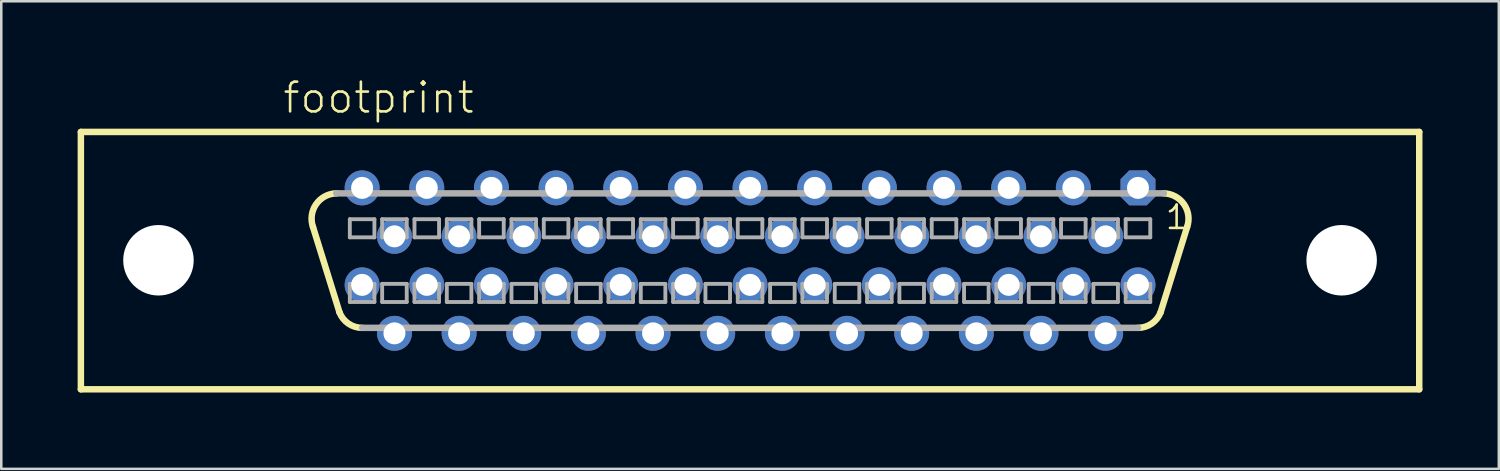
<source format=kicad_pcb>
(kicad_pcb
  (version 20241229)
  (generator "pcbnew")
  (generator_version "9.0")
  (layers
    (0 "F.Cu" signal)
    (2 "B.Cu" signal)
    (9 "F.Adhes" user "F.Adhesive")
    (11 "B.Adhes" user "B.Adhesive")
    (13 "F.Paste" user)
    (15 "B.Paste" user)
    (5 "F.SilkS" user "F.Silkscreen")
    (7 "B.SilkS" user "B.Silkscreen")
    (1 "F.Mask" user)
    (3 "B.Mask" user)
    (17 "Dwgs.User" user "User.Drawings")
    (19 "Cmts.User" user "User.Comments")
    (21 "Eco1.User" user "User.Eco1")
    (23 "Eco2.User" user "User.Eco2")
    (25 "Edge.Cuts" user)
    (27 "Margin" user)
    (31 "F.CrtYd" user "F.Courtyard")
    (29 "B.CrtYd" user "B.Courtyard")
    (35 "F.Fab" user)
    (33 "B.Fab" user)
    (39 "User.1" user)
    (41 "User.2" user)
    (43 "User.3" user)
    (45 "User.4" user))
  (footprint "footprint"
    (layer "F.Cu")
    (at 26.416 7.188)
    (property "Reference" "footprint" (at -18.415 -5.715 0) (layer "F.SilkS") (effects (font (size 1.168 1.168) (thickness 0.102)) (justify left bottom)))
    (fp_line (start -26.289 -5.055) (end 26.289 -5.055) (stroke (width 0.254) (type solid)) (layer "F.SilkS"))
    (fp_line (start -26.289 5.055) (end -26.289 -5.055) (stroke (width 0.254) (type solid)) (layer "F.SilkS"))
    (fp_line (start -16.129 2.032) (end -17.17 -1.321) (stroke (width 0.254) (type solid)) (layer "F.SilkS"))
    (fp_line (start 16.129 2.032) (end 17.17 -1.321) (stroke (width 0.254) (type solid)) (layer "F.SilkS"))
    (fp_line (start 26.289 -5.055) (end 26.289 5.055) (stroke (width 0.254) (type solid)) (layer "F.SilkS"))
    (fp_line (start 26.289 5.055) (end -26.289 5.055) (stroke (width 0.254) (type solid)) (layer "F.SilkS"))
    (fp_arc (start -17.1704 -1.3208) (mid -17.048542 -2.213361) (end -16.255998 -2.641601) (stroke (width 0.254) (type solid)) (layer "F.SilkS"))
    (fp_arc (start -15.239999 2.641601) (mid -15.779028 2.474655) (end -16.129 2.032) (stroke (width 0.254) (type solid)) (layer "F.SilkS"))
    (fp_arc (start 16.128999 2.031999) (mid 15.779028 2.474653) (end 15.24 2.6416) (stroke (width 0.254) (type solid)) (layer "F.SilkS"))
    (fp_arc (start 16.256 -2.6416) (mid 17.048543 -2.21336) (end 17.170399 -1.320799) (stroke (width 0.254) (type solid)) (layer "F.SilkS"))
    (fp_line (start -15.723 -1.626) (end -15.723 -0.914) (stroke (width 0.152) (type solid)) (layer "F.Fab"))
    (fp_line (start -15.723 -0.914) (end -14.757 -0.914) (stroke (width 0.152) (type solid)) (layer "F.Fab"))
    (fp_line (start -15.723 0.914) (end -15.723 1.626) (stroke (width 0.152) (type solid)) (layer "F.Fab"))
    (fp_line (start -15.723 1.626) (end -14.757 1.626) (stroke (width 0.152) (type solid)) (layer "F.Fab"))
    (fp_line (start -14.757 -1.626) (end -15.723 -1.626) (stroke (width 0.152) (type solid)) (layer "F.Fab"))
    (fp_line (start -14.757 -0.914) (end -14.757 -1.626) (stroke (width 0.152) (type solid)) (layer "F.Fab"))
    (fp_line (start -14.757 0.914) (end -15.723 0.914) (stroke (width 0.152) (type solid)) (layer "F.Fab"))
    (fp_line (start -14.757 1.626) (end -14.757 0.914) (stroke (width 0.152) (type solid)) (layer "F.Fab"))
    (fp_line (start -14.453 -1.626) (end -14.453 -0.914) (stroke (width 0.152) (type solid)) (layer "F.Fab"))
    (fp_line (start -14.453 -0.914) (end -13.487 -0.914) (stroke (width 0.152) (type solid)) (layer "F.Fab"))
    (fp_line (start -14.453 0.914) (end -14.453 1.626) (stroke (width 0.152) (type solid)) (layer "F.Fab"))
    (fp_line (start -14.453 1.626) (end -13.487 1.626) (stroke (width 0.152) (type solid)) (layer "F.Fab"))
    (fp_line (start -13.487 -1.626) (end -14.453 -1.626) (stroke (width 0.152) (type solid)) (layer "F.Fab"))
    (fp_line (start -13.487 -0.914) (end -13.487 -1.626) (stroke (width 0.152) (type solid)) (layer "F.Fab"))
    (fp_line (start -13.487 0.914) (end -14.453 0.914) (stroke (width 0.152) (type solid)) (layer "F.Fab"))
    (fp_line (start -13.487 1.626) (end -13.487 0.914) (stroke (width 0.152) (type solid)) (layer "F.Fab"))
    (fp_line (start -13.183 -1.626) (end -13.183 -0.914) (stroke (width 0.152) (type solid)) (layer "F.Fab"))
    (fp_line (start -13.183 -0.914) (end -12.217 -0.914) (stroke (width 0.152) (type solid)) (layer "F.Fab"))
    (fp_line (start -13.183 0.914) (end -13.183 1.626) (stroke (width 0.152) (type solid)) (layer "F.Fab"))
    (fp_line (start -13.183 1.626) (end -12.217 1.626) (stroke (width 0.152) (type solid)) (layer "F.Fab"))
    (fp_line (start -12.217 -1.626) (end -13.183 -1.626) (stroke (width 0.152) (type solid)) (layer "F.Fab"))
    (fp_line (start -12.217 -0.914) (end -12.217 -1.626) (stroke (width 0.152) (type solid)) (layer "F.Fab"))
    (fp_line (start -12.217 0.914) (end -13.183 0.914) (stroke (width 0.152) (type solid)) (layer "F.Fab"))
    (fp_line (start -12.217 1.626) (end -12.217 0.914) (stroke (width 0.152) (type solid)) (layer "F.Fab"))
    (fp_line (start -11.913 -1.626) (end -11.913 -0.914) (stroke (width 0.152) (type solid)) (layer "F.Fab"))
    (fp_line (start -11.913 -0.914) (end -10.947 -0.914) (stroke (width 0.152) (type solid)) (layer "F.Fab"))
    (fp_line (start -11.913 0.914) (end -11.913 1.626) (stroke (width 0.152) (type solid)) (layer "F.Fab"))
    (fp_line (start -11.913 1.626) (end -10.947 1.626) (stroke (width 0.152) (type solid)) (layer "F.Fab"))
    (fp_line (start -10.947 -1.626) (end -11.913 -1.626) (stroke (width 0.152) (type solid)) (layer "F.Fab"))
    (fp_line (start -10.947 -0.914) (end -10.947 -1.626) (stroke (width 0.152) (type solid)) (layer "F.Fab"))
    (fp_line (start -10.947 0.914) (end -11.913 0.914) (stroke (width 0.152) (type solid)) (layer "F.Fab"))
    (fp_line (start -10.947 1.626) (end -10.947 0.914) (stroke (width 0.152) (type solid)) (layer "F.Fab"))
    (fp_line (start -10.643 -1.626) (end -10.643 -0.914) (stroke (width 0.152) (type solid)) (layer "F.Fab"))
    (fp_line (start -10.643 -0.914) (end -9.677 -0.914) (stroke (width 0.152) (type solid)) (layer "F.Fab"))
    (fp_line (start -10.643 0.914) (end -10.643 1.626) (stroke (width 0.152) (type solid)) (layer "F.Fab"))
    (fp_line (start -10.643 1.626) (end -9.677 1.626) (stroke (width 0.152) (type solid)) (layer "F.Fab"))
    (fp_line (start -9.677 -1.626) (end -10.643 -1.626) (stroke (width 0.152) (type solid)) (layer "F.Fab"))
    (fp_line (start -9.677 -0.914) (end -9.677 -1.626) (stroke (width 0.152) (type solid)) (layer "F.Fab"))
    (fp_line (start -9.677 0.914) (end -10.643 0.914) (stroke (width 0.152) (type solid)) (layer "F.Fab"))
    (fp_line (start -9.677 1.626) (end -9.677 0.914) (stroke (width 0.152) (type solid)) (layer "F.Fab"))
    (fp_line (start -9.373 -1.626) (end -9.373 -0.914) (stroke (width 0.152) (type solid)) (layer "F.Fab"))
    (fp_line (start -9.373 -0.914) (end -8.407 -0.914) (stroke (width 0.152) (type solid)) (layer "F.Fab"))
    (fp_line (start -9.373 0.914) (end -9.373 1.626) (stroke (width 0.152) (type solid)) (layer "F.Fab"))
    (fp_line (start -9.373 1.626) (end -8.407 1.626) (stroke (width 0.152) (type solid)) (layer "F.Fab"))
    (fp_line (start -8.407 -1.626) (end -9.373 -1.626) (stroke (width 0.152) (type solid)) (layer "F.Fab"))
    (fp_line (start -8.407 -0.914) (end -8.407 -1.626) (stroke (width 0.152) (type solid)) (layer "F.Fab"))
    (fp_line (start -8.407 0.914) (end -9.373 0.914) (stroke (width 0.152) (type solid)) (layer "F.Fab"))
    (fp_line (start -8.407 1.626) (end -8.407 0.914) (stroke (width 0.152) (type solid)) (layer "F.Fab"))
    (fp_line (start -8.103 -1.626) (end -8.103 -0.914) (stroke (width 0.152) (type solid)) (layer "F.Fab"))
    (fp_line (start -8.103 -0.914) (end -7.137 -0.914) (stroke (width 0.152) (type solid)) (layer "F.Fab"))
    (fp_line (start -8.103 0.914) (end -8.103 1.626) (stroke (width 0.152) (type solid)) (layer "F.Fab"))
    (fp_line (start -8.103 1.626) (end -7.137 1.626) (stroke (width 0.152) (type solid)) (layer "F.Fab"))
    (fp_line (start -7.137 -1.626) (end -8.103 -1.626) (stroke (width 0.152) (type solid)) (layer "F.Fab"))
    (fp_line (start -7.137 -0.914) (end -7.137 -1.626) (stroke (width 0.152) (type solid)) (layer "F.Fab"))
    (fp_line (start -7.137 0.914) (end -8.103 0.914) (stroke (width 0.152) (type solid)) (layer "F.Fab"))
    (fp_line (start -7.137 1.626) (end -7.137 0.914) (stroke (width 0.152) (type solid)) (layer "F.Fab"))
    (fp_line (start -6.833 -1.626) (end -6.833 -0.914) (stroke (width 0.152) (type solid)) (layer "F.Fab"))
    (fp_line (start -6.833 -0.914) (end -5.867 -0.914) (stroke (width 0.152) (type solid)) (layer "F.Fab"))
    (fp_line (start -6.833 0.914) (end -6.833 1.626) (stroke (width 0.152) (type solid)) (layer "F.Fab"))
    (fp_line (start -6.833 1.626) (end -5.867 1.626) (stroke (width 0.152) (type solid)) (layer "F.Fab"))
    (fp_line (start -5.867 -1.626) (end -6.833 -1.626) (stroke (width 0.152) (type solid)) (layer "F.Fab"))
    (fp_line (start -5.867 -0.914) (end -5.867 -1.626) (stroke (width 0.152) (type solid)) (layer "F.Fab"))
    (fp_line (start -5.867 0.914) (end -6.833 0.914) (stroke (width 0.152) (type solid)) (layer "F.Fab"))
    (fp_line (start -5.867 1.626) (end -5.867 0.914) (stroke (width 0.152) (type solid)) (layer "F.Fab"))
    (fp_line (start -5.563 -1.626) (end -5.563 -0.914) (stroke (width 0.152) (type solid)) (layer "F.Fab"))
    (fp_line (start -5.563 -0.914) (end -4.597 -0.914) (stroke (width 0.152) (type solid)) (layer "F.Fab"))
    (fp_line (start -5.563 0.914) (end -5.563 1.626) (stroke (width 0.152) (type solid)) (layer "F.Fab"))
    (fp_line (start -5.563 1.626) (end -4.597 1.626) (stroke (width 0.152) (type solid)) (layer "F.Fab"))
    (fp_line (start -4.597 -1.626) (end -5.563 -1.626) (stroke (width 0.152) (type solid)) (layer "F.Fab"))
    (fp_line (start -4.597 -0.914) (end -4.597 -1.626) (stroke (width 0.152) (type solid)) (layer "F.Fab"))
    (fp_line (start -4.597 0.914) (end -5.563 0.914) (stroke (width 0.152) (type solid)) (layer "F.Fab"))
    (fp_line (start -4.597 1.626) (end -4.597 0.914) (stroke (width 0.152) (type solid)) (layer "F.Fab"))
    (fp_line (start -4.293 -1.626) (end -4.293 -0.914) (stroke (width 0.152) (type solid)) (layer "F.Fab"))
    (fp_line (start -4.293 -0.914) (end -3.327 -0.914) (stroke (width 0.152) (type solid)) (layer "F.Fab"))
    (fp_line (start -4.293 0.914) (end -4.293 1.626) (stroke (width 0.152) (type solid)) (layer "F.Fab"))
    (fp_line (start -4.293 1.626) (end -3.327 1.626) (stroke (width 0.152) (type solid)) (layer "F.Fab"))
    (fp_line (start -3.327 -1.626) (end -4.293 -1.626) (stroke (width 0.152) (type solid)) (layer "F.Fab"))
    (fp_line (start -3.327 -0.914) (end -3.327 -1.626) (stroke (width 0.152) (type solid)) (layer "F.Fab"))
    (fp_line (start -3.327 0.914) (end -4.293 0.914) (stroke (width 0.152) (type solid)) (layer "F.Fab"))
    (fp_line (start -3.327 1.626) (end -3.327 0.914) (stroke (width 0.152) (type solid)) (layer "F.Fab"))
    (fp_line (start -3.023 -1.626) (end -3.023 -0.914) (stroke (width 0.152) (type solid)) (layer "F.Fab"))
    (fp_line (start -3.023 -0.914) (end -2.057 -0.914) (stroke (width 0.152) (type solid)) (layer "F.Fab"))
    (fp_line (start -3.023 0.914) (end -3.023 1.626) (stroke (width 0.152) (type solid)) (layer "F.Fab"))
    (fp_line (start -3.023 1.626) (end -2.057 1.626) (stroke (width 0.152) (type solid)) (layer "F.Fab"))
    (fp_line (start -2.057 -1.626) (end -3.023 -1.626) (stroke (width 0.152) (type solid)) (layer "F.Fab"))
    (fp_line (start -2.057 -0.914) (end -2.057 -1.626) (stroke (width 0.152) (type solid)) (layer "F.Fab"))
    (fp_line (start -2.057 0.914) (end -3.023 0.914) (stroke (width 0.152) (type solid)) (layer "F.Fab"))
    (fp_line (start -2.057 1.626) (end -2.057 0.914) (stroke (width 0.152) (type solid)) (layer "F.Fab"))
    (fp_line (start -1.753 -1.626) (end -1.753 -0.914) (stroke (width 0.152) (type solid)) (layer "F.Fab"))
    (fp_line (start -1.753 -0.914) (end -0.787 -0.914) (stroke (width 0.152) (type solid)) (layer "F.Fab"))
    (fp_line (start -1.753 0.914) (end -1.753 1.626) (stroke (width 0.152) (type solid)) (layer "F.Fab"))
    (fp_line (start -1.753 1.626) (end -0.787 1.626) (stroke (width 0.152) (type solid)) (layer "F.Fab"))
    (fp_line (start -0.787 -1.626) (end -1.753 -1.626) (stroke (width 0.152) (type solid)) (layer "F.Fab"))
    (fp_line (start -0.787 -0.914) (end -0.787 -1.626) (stroke (width 0.152) (type solid)) (layer "F.Fab"))
    (fp_line (start -0.787 0.914) (end -1.753 0.914) (stroke (width 0.152) (type solid)) (layer "F.Fab"))
    (fp_line (start -0.787 1.626) (end -0.787 0.914) (stroke (width 0.152) (type solid)) (layer "F.Fab"))
    (fp_line (start -0.483 -1.626) (end -0.483 -0.914) (stroke (width 0.152) (type solid)) (layer "F.Fab"))
    (fp_line (start -0.483 -0.914) (end 0.483 -0.914) (stroke (width 0.152) (type solid)) (layer "F.Fab"))
    (fp_line (start -0.483 0.914) (end -0.483 1.626) (stroke (width 0.152) (type solid)) (layer "F.Fab"))
    (fp_line (start -0.483 1.626) (end 0.483 1.626) (stroke (width 0.152) (type solid)) (layer "F.Fab"))
    (fp_line (start 0.483 -1.626) (end -0.483 -1.626) (stroke (width 0.152) (type solid)) (layer "F.Fab"))
    (fp_line (start 0.483 -0.914) (end 0.483 -1.626) (stroke (width 0.152) (type solid)) (layer "F.Fab"))
    (fp_line (start 0.483 0.914) (end -0.483 0.914) (stroke (width 0.152) (type solid)) (layer "F.Fab"))
    (fp_line (start 0.483 1.626) (end 0.483 0.914) (stroke (width 0.152) (type solid)) (layer "F.Fab"))
    (fp_line (start 0.787 -1.626) (end 0.787 -0.914) (stroke (width 0.152) (type solid)) (layer "F.Fab"))
    (fp_line (start 0.787 -0.914) (end 1.753 -0.914) (stroke (width 0.152) (type solid)) (layer "F.Fab"))
    (fp_line (start 0.787 0.914) (end 0.787 1.626) (stroke (width 0.152) (type solid)) (layer "F.Fab"))
    (fp_line (start 0.787 1.626) (end 1.753 1.626) (stroke (width 0.152) (type solid)) (layer "F.Fab"))
    (fp_line (start 1.753 -1.626) (end 0.787 -1.626) (stroke (width 0.152) (type solid)) (layer "F.Fab"))
    (fp_line (start 1.753 -0.914) (end 1.753 -1.626) (stroke (width 0.152) (type solid)) (layer "F.Fab"))
    (fp_line (start 1.753 0.914) (end 0.787 0.914) (stroke (width 0.152) (type solid)) (layer "F.Fab"))
    (fp_line (start 1.753 1.626) (end 1.753 0.914) (stroke (width 0.152) (type solid)) (layer "F.Fab"))
    (fp_line (start 2.057 -1.626) (end 2.057 -0.914) (stroke (width 0.152) (type solid)) (layer "F.Fab"))
    (fp_line (start 2.057 -0.914) (end 3.023 -0.914) (stroke (width 0.152) (type solid)) (layer "F.Fab"))
    (fp_line (start 2.057 0.914) (end 2.057 1.626) (stroke (width 0.152) (type solid)) (layer "F.Fab"))
    (fp_line (start 2.057 1.626) (end 3.023 1.626) (stroke (width 0.152) (type solid)) (layer "F.Fab"))
    (fp_line (start 3.023 -1.626) (end 2.057 -1.626) (stroke (width 0.152) (type solid)) (layer "F.Fab"))
    (fp_line (start 3.023 -0.914) (end 3.023 -1.626) (stroke (width 0.152) (type solid)) (layer "F.Fab"))
    (fp_line (start 3.023 0.914) (end 2.057 0.914) (stroke (width 0.152) (type solid)) (layer "F.Fab"))
    (fp_line (start 3.023 1.626) (end 3.023 0.914) (stroke (width 0.152) (type solid)) (layer "F.Fab"))
    (fp_line (start 3.327 -1.626) (end 3.327 -0.914) (stroke (width 0.152) (type solid)) (layer "F.Fab"))
    (fp_line (start 3.327 -0.914) (end 4.293 -0.914) (stroke (width 0.152) (type solid)) (layer "F.Fab"))
    (fp_line (start 3.327 0.914) (end 3.327 1.626) (stroke (width 0.152) (type solid)) (layer "F.Fab"))
    (fp_line (start 3.327 1.626) (end 4.293 1.626) (stroke (width 0.152) (type solid)) (layer "F.Fab"))
    (fp_line (start 4.293 -1.626) (end 3.327 -1.626) (stroke (width 0.152) (type solid)) (layer "F.Fab"))
    (fp_line (start 4.293 -0.914) (end 4.293 -1.626) (stroke (width 0.152) (type solid)) (layer "F.Fab"))
    (fp_line (start 4.293 0.914) (end 3.327 0.914) (stroke (width 0.152) (type solid)) (layer "F.Fab"))
    (fp_line (start 4.293 1.626) (end 4.293 0.914) (stroke (width 0.152) (type solid)) (layer "F.Fab"))
    (fp_line (start 4.597 -1.626) (end 4.597 -0.914) (stroke (width 0.152) (type solid)) (layer "F.Fab"))
    (fp_line (start 4.597 -0.914) (end 5.563 -0.914) (stroke (width 0.152) (type solid)) (layer "F.Fab"))
    (fp_line (start 4.597 0.914) (end 4.597 1.626) (stroke (width 0.152) (type solid)) (layer "F.Fab"))
    (fp_line (start 4.597 1.626) (end 5.563 1.626) (stroke (width 0.152) (type solid)) (layer "F.Fab"))
    (fp_line (start 5.563 -1.626) (end 4.597 -1.626) (stroke (width 0.152) (type solid)) (layer "F.Fab"))
    (fp_line (start 5.563 -0.914) (end 5.563 -1.626) (stroke (width 0.152) (type solid)) (layer "F.Fab"))
    (fp_line (start 5.563 0.914) (end 4.597 0.914) (stroke (width 0.152) (type solid)) (layer "F.Fab"))
    (fp_line (start 5.563 1.626) (end 5.563 0.914) (stroke (width 0.152) (type solid)) (layer "F.Fab"))
    (fp_line (start 5.867 -1.626) (end 5.867 -0.914) (stroke (width 0.152) (type solid)) (layer "F.Fab"))
    (fp_line (start 5.867 -0.914) (end 6.833 -0.914) (stroke (width 0.152) (type solid)) (layer "F.Fab"))
    (fp_line (start 5.867 0.914) (end 5.867 1.626) (stroke (width 0.152) (type solid)) (layer "F.Fab"))
    (fp_line (start 5.867 1.626) (end 6.833 1.626) (stroke (width 0.152) (type solid)) (layer "F.Fab"))
    (fp_line (start 6.833 -1.626) (end 5.867 -1.626) (stroke (width 0.152) (type solid)) (layer "F.Fab"))
    (fp_line (start 6.833 -0.914) (end 6.833 -1.626) (stroke (width 0.152) (type solid)) (layer "F.Fab"))
    (fp_line (start 6.833 0.914) (end 5.867 0.914) (stroke (width 0.152) (type solid)) (layer "F.Fab"))
    (fp_line (start 6.833 1.626) (end 6.833 0.914) (stroke (width 0.152) (type solid)) (layer "F.Fab"))
    (fp_line (start 7.137 -1.626) (end 7.137 -0.914) (stroke (width 0.152) (type solid)) (layer "F.Fab"))
    (fp_line (start 7.137 -0.914) (end 8.103 -0.914) (stroke (width 0.152) (type solid)) (layer "F.Fab"))
    (fp_line (start 7.137 0.914) (end 7.137 1.626) (stroke (width 0.152) (type solid)) (layer "F.Fab"))
    (fp_line (start 7.137 1.626) (end 8.103 1.626) (stroke (width 0.152) (type solid)) (layer "F.Fab"))
    (fp_line (start 8.103 -1.626) (end 7.137 -1.626) (stroke (width 0.152) (type solid)) (layer "F.Fab"))
    (fp_line (start 8.103 -0.914) (end 8.103 -1.626) (stroke (width 0.152) (type solid)) (layer "F.Fab"))
    (fp_line (start 8.103 0.914) (end 7.137 0.914) (stroke (width 0.152) (type solid)) (layer "F.Fab"))
    (fp_line (start 8.103 1.626) (end 8.103 0.914) (stroke (width 0.152) (type solid)) (layer "F.Fab"))
    (fp_line (start 8.407 -1.626) (end 8.407 -0.914) (stroke (width 0.152) (type solid)) (layer "F.Fab"))
    (fp_line (start 8.407 -0.914) (end 9.373 -0.914) (stroke (width 0.152) (type solid)) (layer "F.Fab"))
    (fp_line (start 8.407 0.914) (end 8.407 1.626) (stroke (width 0.152) (type solid)) (layer "F.Fab"))
    (fp_line (start 8.407 1.626) (end 9.373 1.626) (stroke (width 0.152) (type solid)) (layer "F.Fab"))
    (fp_line (start 9.373 -1.626) (end 8.407 -1.626) (stroke (width 0.152) (type solid)) (layer "F.Fab"))
    (fp_line (start 9.373 -0.914) (end 9.373 -1.626) (stroke (width 0.152) (type solid)) (layer "F.Fab"))
    (fp_line (start 9.373 0.914) (end 8.407 0.914) (stroke (width 0.152) (type solid)) (layer "F.Fab"))
    (fp_line (start 9.373 1.626) (end 9.373 0.914) (stroke (width 0.152) (type solid)) (layer "F.Fab"))
    (fp_line (start 9.677 -1.626) (end 9.677 -0.914) (stroke (width 0.152) (type solid)) (layer "F.Fab"))
    (fp_line (start 9.677 -0.914) (end 10.643 -0.914) (stroke (width 0.152) (type solid)) (layer "F.Fab"))
    (fp_line (start 9.677 0.914) (end 9.677 1.626) (stroke (width 0.152) (type solid)) (layer "F.Fab"))
    (fp_line (start 9.677 1.626) (end 10.643 1.626) (stroke (width 0.152) (type solid)) (layer "F.Fab"))
    (fp_line (start 10.643 -1.626) (end 9.677 -1.626) (stroke (width 0.152) (type solid)) (layer "F.Fab"))
    (fp_line (start 10.643 -0.914) (end 10.643 -1.626) (stroke (width 0.152) (type solid)) (layer "F.Fab"))
    (fp_line (start 10.643 0.914) (end 9.677 0.914) (stroke (width 0.152) (type solid)) (layer "F.Fab"))
    (fp_line (start 10.643 1.626) (end 10.643 0.914) (stroke (width 0.152) (type solid)) (layer "F.Fab"))
    (fp_line (start 10.947 -1.626) (end 10.947 -0.914) (stroke (width 0.152) (type solid)) (layer "F.Fab"))
    (fp_line (start 10.947 -0.914) (end 11.913 -0.914) (stroke (width 0.152) (type solid)) (layer "F.Fab"))
    (fp_line (start 10.947 0.914) (end 10.947 1.626) (stroke (width 0.152) (type solid)) (layer "F.Fab"))
    (fp_line (start 10.947 1.626) (end 11.913 1.626) (stroke (width 0.152) (type solid)) (layer "F.Fab"))
    (fp_line (start 11.913 -1.626) (end 10.947 -1.626) (stroke (width 0.152) (type solid)) (layer "F.Fab"))
    (fp_line (start 11.913 -0.914) (end 11.913 -1.626) (stroke (width 0.152) (type solid)) (layer "F.Fab"))
    (fp_line (start 11.913 0.914) (end 10.947 0.914) (stroke (width 0.152) (type solid)) (layer "F.Fab"))
    (fp_line (start 11.913 1.626) (end 11.913 0.914) (stroke (width 0.152) (type solid)) (layer "F.Fab"))
    (fp_line (start 12.217 -1.626) (end 12.217 -0.914) (stroke (width 0.152) (type solid)) (layer "F.Fab"))
    (fp_line (start 12.217 -0.914) (end 13.183 -0.914) (stroke (width 0.152) (type solid)) (layer "F.Fab"))
    (fp_line (start 12.217 0.914) (end 12.217 1.626) (stroke (width 0.152) (type solid)) (layer "F.Fab"))
    (fp_line (start 12.217 1.626) (end 13.183 1.626) (stroke (width 0.152) (type solid)) (layer "F.Fab"))
    (fp_line (start 13.183 -1.626) (end 12.217 -1.626) (stroke (width 0.152) (type solid)) (layer "F.Fab"))
    (fp_line (start 13.183 -0.914) (end 13.183 -1.626) (stroke (width 0.152) (type solid)) (layer "F.Fab"))
    (fp_line (start 13.183 0.914) (end 12.217 0.914) (stroke (width 0.152) (type solid)) (layer "F.Fab"))
    (fp_line (start 13.183 1.626) (end 13.183 0.914) (stroke (width 0.152) (type solid)) (layer "F.Fab"))
    (fp_line (start 13.487 -1.626) (end 13.487 -0.914) (stroke (width 0.152) (type solid)) (layer "F.Fab"))
    (fp_line (start 13.487 -0.914) (end 14.453 -0.914) (stroke (width 0.152) (type solid)) (layer "F.Fab"))
    (fp_line (start 13.487 0.914) (end 13.487 1.626) (stroke (width 0.152) (type solid)) (layer "F.Fab"))
    (fp_line (start 13.487 1.626) (end 14.453 1.626) (stroke (width 0.152) (type solid)) (layer "F.Fab"))
    (fp_line (start 14.453 -1.626) (end 13.487 -1.626) (stroke (width 0.152) (type solid)) (layer "F.Fab"))
    (fp_line (start 14.453 -0.914) (end 14.453 -1.626) (stroke (width 0.152) (type solid)) (layer "F.Fab"))
    (fp_line (start 14.453 0.914) (end 13.487 0.914) (stroke (width 0.152) (type solid)) (layer "F.Fab"))
    (fp_line (start 14.453 1.626) (end 14.453 0.914) (stroke (width 0.152) (type solid)) (layer "F.Fab"))
    (fp_line (start 14.757 -1.626) (end 14.757 -0.914) (stroke (width 0.152) (type solid)) (layer "F.Fab"))
    (fp_line (start 14.757 -0.914) (end 15.723 -0.914) (stroke (width 0.152) (type solid)) (layer "F.Fab"))
    (fp_line (start 14.757 0.914) (end 14.757 1.626) (stroke (width 0.152) (type solid)) (layer "F.Fab"))
    (fp_line (start 14.757 1.626) (end 15.723 1.626) (stroke (width 0.152) (type solid)) (layer "F.Fab"))
    (fp_line (start 15.24 2.642) (end -15.24 2.642) (stroke (width 0.254) (type solid)) (layer "F.Fab"))
    (fp_line (start 15.723 -1.626) (end 14.757 -1.626) (stroke (width 0.152) (type solid)) (layer "F.Fab"))
    (fp_line (start 15.723 -0.914) (end 15.723 -1.626) (stroke (width 0.152) (type solid)) (layer "F.Fab"))
    (fp_line (start 15.723 0.914) (end 14.757 0.914) (stroke (width 0.152) (type solid)) (layer "F.Fab"))
    (fp_line (start 15.723 1.626) (end 15.723 0.914) (stroke (width 0.152) (type solid)) (layer "F.Fab"))
    (fp_line (start 16.256 -2.642) (end -16.256 -2.642) (stroke (width 0.254) (type solid)) (layer "F.Fab"))
    (fp_text user "1" (at 16.256 -1.168 0) (layer "F.SilkS") (effects (font (size 0.914 0.914) (thickness 0.102)) (justify left bottom)))
    (pad "" np_thru_hole circle (at -23.241 -0.013) (size 2.769 2.769) (drill 2.769) (layers "*.Cu" "*.Mask"))
    (pad "" np_thru_hole circle (at 23.241 -0.013) (size 2.769 2.769) (drill 2.769) (layers "*.Cu" "*.Mask"))
    (pad "1" thru_hole roundrect (at 15.24 -2.857) (size 1.372 1.372) (drill 0.864) (layers "*.Cu" "*.Mask") (roundrect_rratio 0.25) (chamfer_ratio 0.25) (chamfer top_left top_right bottom_left bottom_right))
    (pad "2" thru_hole circle (at 13.97 -0.953) (size 1.372 1.372) (drill 0.864) (layers "*.Cu" "*.Mask"))
    (pad "3" thru_hole circle (at 12.7 -2.857) (size 1.372 1.372) (drill 0.864) (layers "*.Cu" "*.Mask"))
    (pad "4" thru_hole circle (at 11.43 -0.953) (size 1.372 1.372) (drill 0.864) (layers "*.Cu" "*.Mask"))
    (pad "5" thru_hole circle (at 10.16 -2.857) (size 1.372 1.372) (drill 0.864) (layers "*.Cu" "*.Mask"))
    (pad "6" thru_hole circle (at 8.89 -0.953) (size 1.372 1.372) (drill 0.864) (layers "*.Cu" "*.Mask"))
    (pad "7" thru_hole circle (at 7.62 -2.857) (size 1.372 1.372) (drill 0.864) (layers "*.Cu" "*.Mask"))
    (pad "8" thru_hole circle (at 6.35 -0.953) (size 1.372 1.372) (drill 0.864) (layers "*.Cu" "*.Mask"))
    (pad "9" thru_hole circle (at 5.08 -2.857) (size 1.372 1.372) (drill 0.864) (layers "*.Cu" "*.Mask"))
    (pad "10" thru_hole circle (at 3.81 -0.953) (size 1.372 1.372) (drill 0.864) (layers "*.Cu" "*.Mask"))
    (pad "11" thru_hole circle (at 2.54 -2.857) (size 1.372 1.372) (drill 0.864) (layers "*.Cu" "*.Mask"))
    (pad "12" thru_hole circle (at 1.27 -0.953) (size 1.372 1.372) (drill 0.864) (layers "*.Cu" "*.Mask"))
    (pad "13" thru_hole circle (at 0 -2.857) (size 1.372 1.372) (drill 0.864) (layers "*.Cu" "*.Mask"))
    (pad "14" thru_hole circle (at -1.27 -0.953) (size 1.372 1.372) (drill 0.864) (layers "*.Cu" "*.Mask"))
    (pad "15" thru_hole circle (at -2.54 -2.857) (size 1.372 1.372) (drill 0.864) (layers "*.Cu" "*.Mask"))
    (pad "16" thru_hole circle (at -3.81 -0.953) (size 1.372 1.372) (drill 0.864) (layers "*.Cu" "*.Mask"))
    (pad "17" thru_hole circle (at -5.08 -2.857) (size 1.372 1.372) (drill 0.864) (layers "*.Cu" "*.Mask"))
    (pad "18" thru_hole circle (at -6.35 -0.953) (size 1.372 1.372) (drill 0.864) (layers "*.Cu" "*.Mask"))
    (pad "19" thru_hole circle (at -7.62 -2.857) (size 1.372 1.372) (drill 0.864) (layers "*.Cu" "*.Mask"))
    (pad "20" thru_hole circle (at -8.89 -0.953) (size 1.372 1.372) (drill 0.864) (layers "*.Cu" "*.Mask"))
    (pad "21" thru_hole circle (at -10.16 -2.857) (size 1.372 1.372) (drill 0.864) (layers "*.Cu" "*.Mask"))
    (pad "22" thru_hole circle (at -11.43 -0.953) (size 1.372 1.372) (drill 0.864) (layers "*.Cu" "*.Mask"))
    (pad "23" thru_hole circle (at -12.7 -2.857) (size 1.372 1.372) (drill 0.864) (layers "*.Cu" "*.Mask"))
    (pad "24" thru_hole circle (at -13.97 -0.953) (size 1.372 1.372) (drill 0.864) (layers "*.Cu" "*.Mask"))
    (pad "25" thru_hole circle (at -15.24 -2.857) (size 1.372 1.372) (drill 0.864) (layers "*.Cu" "*.Mask"))
    (pad "26" thru_hole circle (at 15.24 0.953) (size 1.372 1.372) (drill 0.864) (layers "*.Cu" "*.Mask"))
    (pad "27" thru_hole circle (at 13.97 2.857) (size 1.372 1.372) (drill 0.864) (layers "*.Cu" "*.Mask"))
    (pad "28" thru_hole circle (at 12.7 0.953) (size 1.372 1.372) (drill 0.864) (layers "*.Cu" "*.Mask"))
    (pad "29" thru_hole circle (at 11.43 2.857) (size 1.372 1.372) (drill 0.864) (layers "*.Cu" "*.Mask"))
    (pad "30" thru_hole circle (at 10.16 0.953) (size 1.372 1.372) (drill 0.864) (layers "*.Cu" "*.Mask"))
    (pad "31" thru_hole circle (at 8.89 2.857) (size 1.372 1.372) (drill 0.864) (layers "*.Cu" "*.Mask"))
    (pad "32" thru_hole circle (at 7.62 0.953) (size 1.372 1.372) (drill 0.864) (layers "*.Cu" "*.Mask"))
    (pad "33" thru_hole circle (at 6.35 2.857) (size 1.372 1.372) (drill 0.864) (layers "*.Cu" "*.Mask"))
    (pad "34" thru_hole circle (at 5.08 0.953) (size 1.372 1.372) (drill 0.864) (layers "*.Cu" "*.Mask"))
    (pad "35" thru_hole circle (at 3.81 2.857) (size 1.372 1.372) (drill 0.864) (layers "*.Cu" "*.Mask"))
    (pad "36" thru_hole circle (at 2.54 0.953) (size 1.372 1.372) (drill 0.864) (layers "*.Cu" "*.Mask"))
    (pad "37" thru_hole circle (at 1.27 2.857) (size 1.372 1.372) (drill 0.864) (layers "*.Cu" "*.Mask"))
    (pad "38" thru_hole circle (at 0 0.953) (size 1.372 1.372) (drill 0.864) (layers "*.Cu" "*.Mask"))
    (pad "39" thru_hole circle (at -1.27 2.857) (size 1.372 1.372) (drill 0.864) (layers "*.Cu" "*.Mask"))
    (pad "40" thru_hole circle (at -2.54 0.953) (size 1.372 1.372) (drill 0.864) (layers "*.Cu" "*.Mask"))
    (pad "41" thru_hole circle (at -3.81 2.857) (size 1.372 1.372) (drill 0.864) (layers "*.Cu" "*.Mask"))
    (pad "42" thru_hole circle (at -5.08 0.953) (size 1.372 1.372) (drill 0.864) (layers "*.Cu" "*.Mask"))
    (pad "43" thru_hole circle (at -6.35 2.857) (size 1.372 1.372) (drill 0.864) (layers "*.Cu" "*.Mask"))
    (pad "44" thru_hole circle (at -7.62 0.953) (size 1.372 1.372) (drill 0.864) (layers "*.Cu" "*.Mask"))
    (pad "45" thru_hole circle (at -8.89 2.857) (size 1.372 1.372) (drill 0.864) (layers "*.Cu" "*.Mask"))
    (pad "46" thru_hole circle (at -10.16 0.953) (size 1.372 1.372) (drill 0.864) (layers "*.Cu" "*.Mask"))
    (pad "47" thru_hole circle (at -11.43 2.857) (size 1.372 1.372) (drill 0.864) (layers "*.Cu" "*.Mask"))
    (pad "48" thru_hole circle (at -12.7 0.953) (size 1.372 1.372) (drill 0.864) (layers "*.Cu" "*.Mask"))
    (pad "49" thru_hole circle (at -13.97 2.857) (size 1.372 1.372) (drill 0.864) (layers "*.Cu" "*.Mask"))
    (pad "50" thru_hole circle (at -15.24 0.953) (size 1.372 1.372) (drill 0.864) (layers "*.Cu" "*.Mask")))
  (gr_rect
    (start -3 -3)
    (end 55.832 15.37)
    (stroke (width 0.1) (type default))
    (fill no)
    (layer "Edge.Cuts")))
</source>
